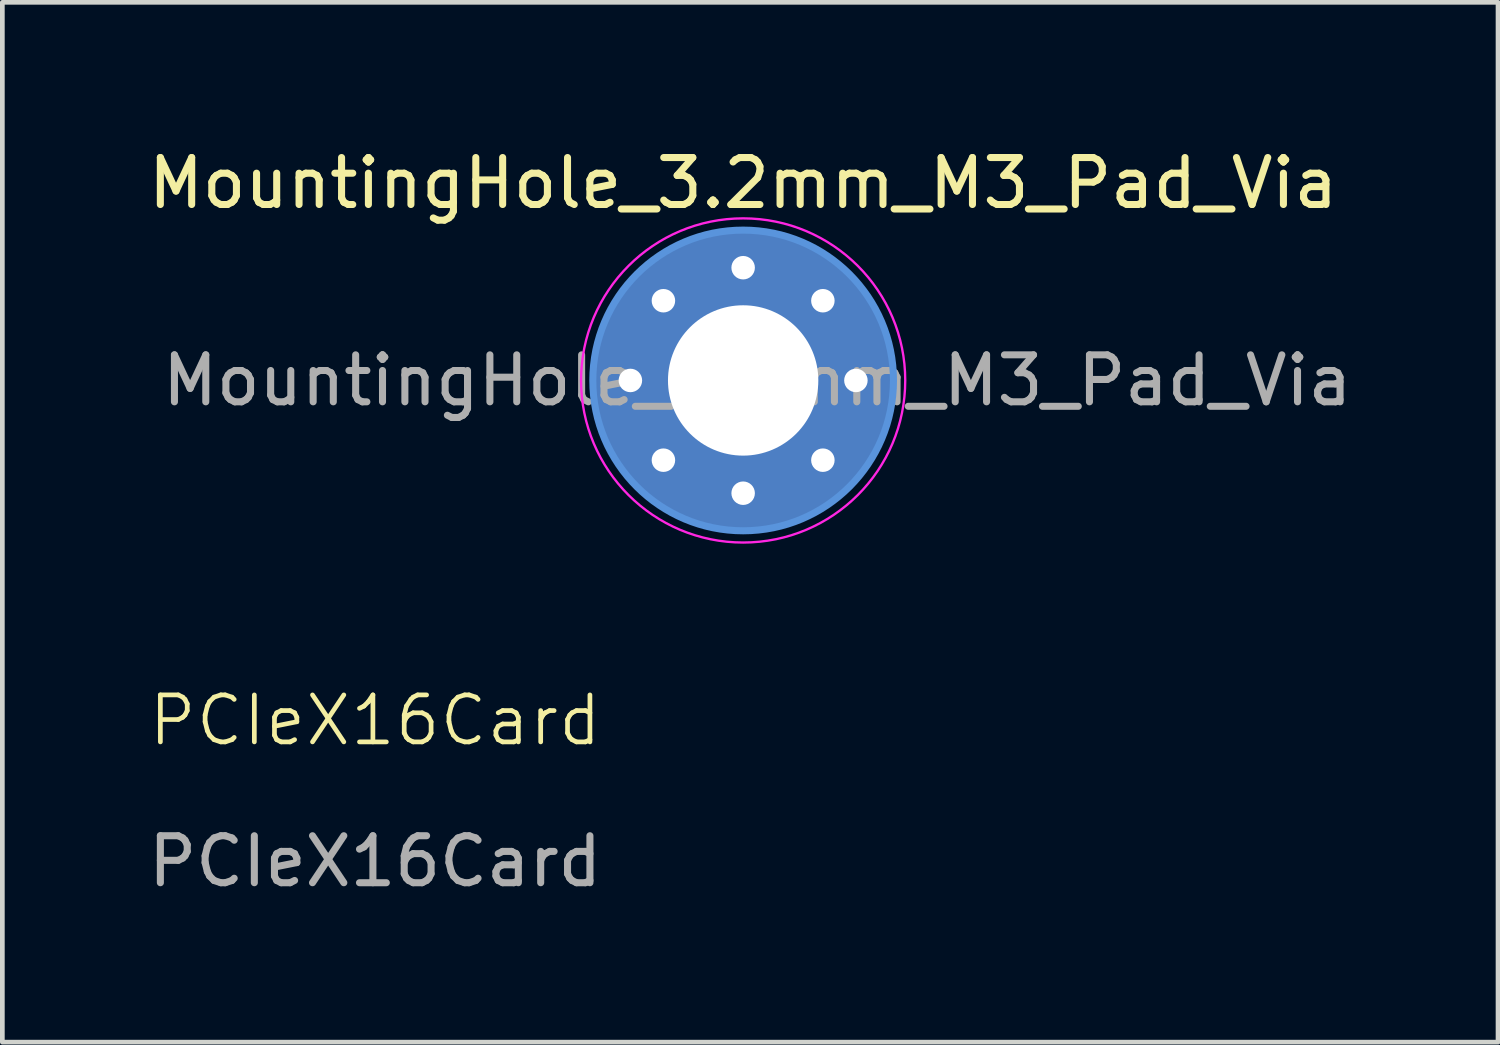
<source format=kicad_pcb>
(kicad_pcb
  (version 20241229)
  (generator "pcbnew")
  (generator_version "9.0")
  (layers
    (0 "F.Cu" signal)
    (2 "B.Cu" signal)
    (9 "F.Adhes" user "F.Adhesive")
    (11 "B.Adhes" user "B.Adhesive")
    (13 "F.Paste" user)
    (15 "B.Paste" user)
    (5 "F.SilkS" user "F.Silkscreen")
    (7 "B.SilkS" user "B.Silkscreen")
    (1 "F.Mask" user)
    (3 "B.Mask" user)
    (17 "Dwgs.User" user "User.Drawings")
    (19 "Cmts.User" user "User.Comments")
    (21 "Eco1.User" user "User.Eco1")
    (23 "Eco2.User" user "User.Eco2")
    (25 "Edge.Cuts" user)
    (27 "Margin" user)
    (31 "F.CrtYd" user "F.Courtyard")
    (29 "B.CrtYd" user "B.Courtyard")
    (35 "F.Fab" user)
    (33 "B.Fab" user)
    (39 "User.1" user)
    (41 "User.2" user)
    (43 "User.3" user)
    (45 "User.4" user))
  (footprint "MountingHole_3.2mm_M3_Pad_Via"
    (layer "F.Cu")
    (at 12.768 5.048)
    (property "Reference" "MountingHole_3.2mm_M3_Pad_Via" (at 0 -4.2 0) (layer "F.SilkS") (effects (font (size 1 1) (thickness 0.15))))
    (attr exclude_from_pos_files exclude_from_bom)
    (fp_circle (center 0 0) (end 3.2 0) (stroke (width 0.15) (type solid)) (fill no) (layer "Cmts.User"))
    (fp_circle (center 0 0) (end 3.45 0) (stroke (width 0.05) (type solid)) (fill no) (layer "F.CrtYd"))
    (fp_text user "${REFERENCE}" (at 0.3 0 0) (layer "F.Fab") (effects (font (size 1 1) (thickness 0.15))))
    (pad "1" thru_hole circle (at -2.4 0) (size 0.8 0.8) (drill 0.5) (layers "*.Cu" "*.Mask"))
    (pad "1" thru_hole circle (at -1.697 -1.697) (size 0.8 0.8) (drill 0.5) (layers "*.Cu" "*.Mask"))
    (pad "1" thru_hole circle (at -1.697 1.697) (size 0.8 0.8) (drill 0.5) (layers "*.Cu" "*.Mask"))
    (pad "1" thru_hole circle (at 0 -2.4) (size 0.8 0.8) (drill 0.5) (layers "*.Cu" "*.Mask"))
    (pad "1" thru_hole circle (at 0 0) (size 6.4 6.4) (drill 3.2) (layers "*.Cu" "*.Mask"))
    (pad "1" thru_hole circle (at 0 2.4) (size 0.8 0.8) (drill 0.5) (layers "*.Cu" "*.Mask"))
    (pad "1" thru_hole circle (at 1.697 -1.697) (size 0.8 0.8) (drill 0.5) (layers "*.Cu" "*.Mask"))
    (pad "1" thru_hole circle (at 1.697 1.697) (size 0.8 0.8) (drill 0.5) (layers "*.Cu" "*.Mask"))
    (pad "1" thru_hole circle (at 2.4 0) (size 0.8 0.8) (drill 0.5) (layers "*.Cu" "*.Mask")))
  (footprint "PCIeX16Card"
    (layer "F.Cu")
    (at 4.935 12.784)
    (property "Reference" "PCIeX16Card" (at 0 -0.5 0) (unlocked yes) (layer "F.SilkS") (effects (font (size 1 1) (thickness 0.1))))
    (attr through_hole)
    (fp_text user "${REFERENCE}" (at 0 2.5 0) (unlocked yes) (layer "F.Fab") (effects (font (size 1 1) (thickness 0.15)))))
  (gr_rect
    (start -3 -3)
    (end 28.836 19.132)
    (stroke (width 0.1) (type default))
    (fill no)
    (layer "Edge.Cuts")))
</source>
